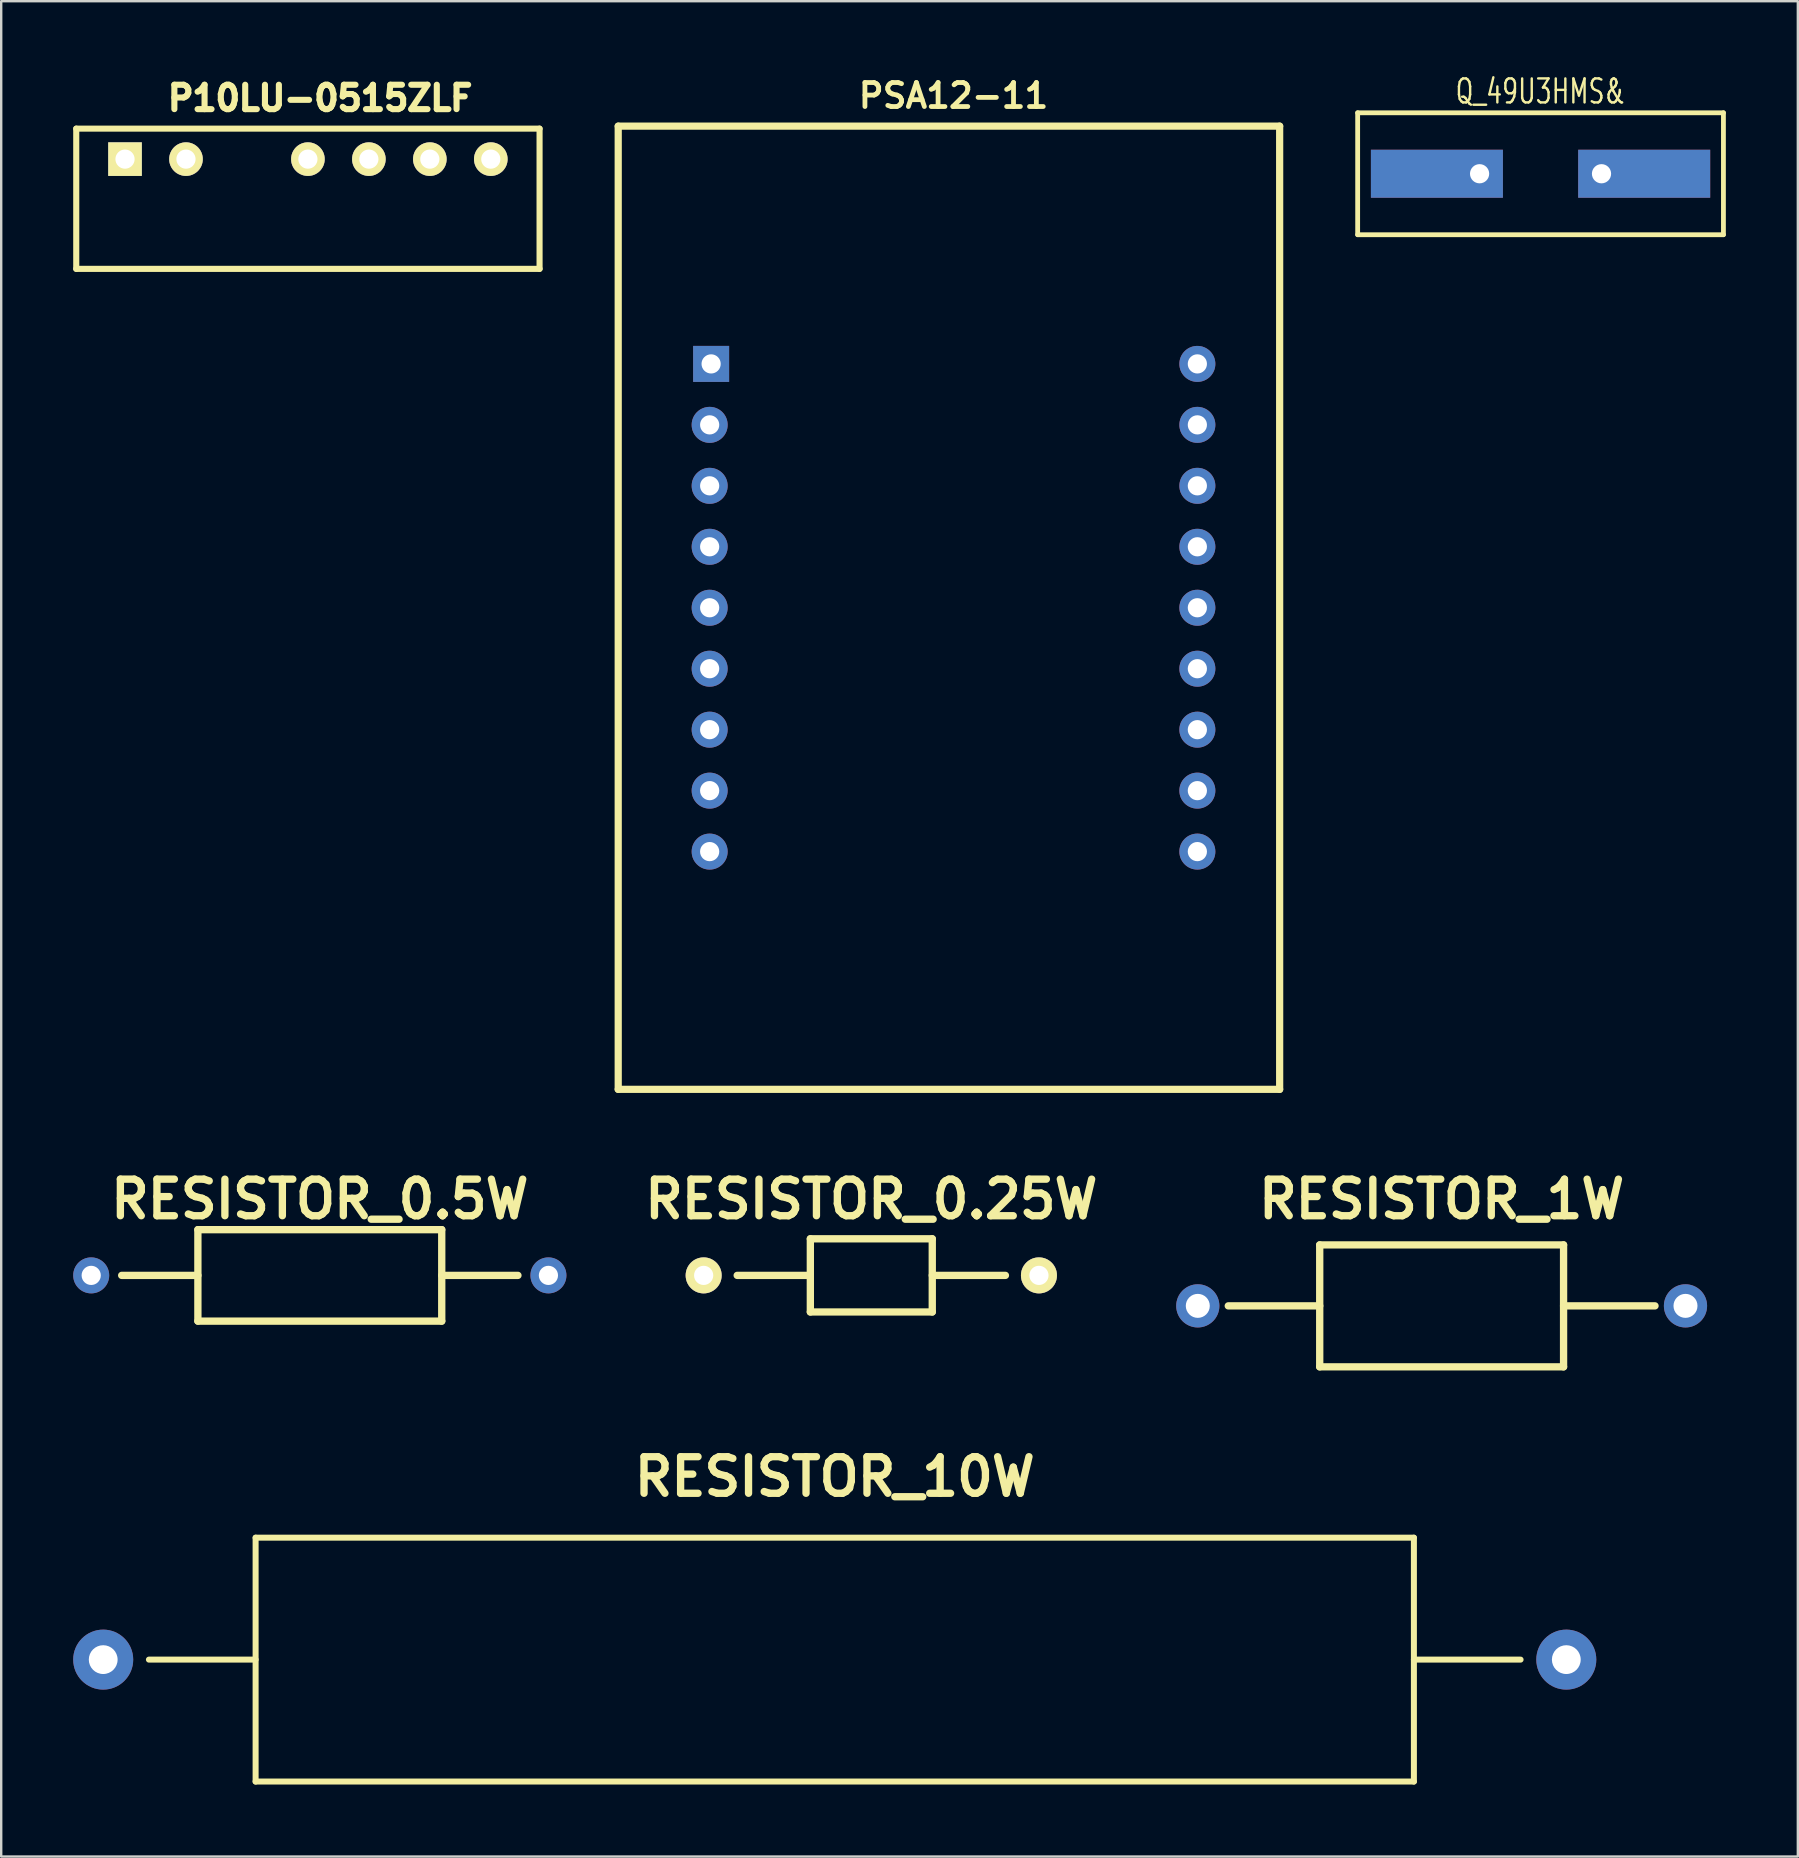
<source format=kicad_pcb>
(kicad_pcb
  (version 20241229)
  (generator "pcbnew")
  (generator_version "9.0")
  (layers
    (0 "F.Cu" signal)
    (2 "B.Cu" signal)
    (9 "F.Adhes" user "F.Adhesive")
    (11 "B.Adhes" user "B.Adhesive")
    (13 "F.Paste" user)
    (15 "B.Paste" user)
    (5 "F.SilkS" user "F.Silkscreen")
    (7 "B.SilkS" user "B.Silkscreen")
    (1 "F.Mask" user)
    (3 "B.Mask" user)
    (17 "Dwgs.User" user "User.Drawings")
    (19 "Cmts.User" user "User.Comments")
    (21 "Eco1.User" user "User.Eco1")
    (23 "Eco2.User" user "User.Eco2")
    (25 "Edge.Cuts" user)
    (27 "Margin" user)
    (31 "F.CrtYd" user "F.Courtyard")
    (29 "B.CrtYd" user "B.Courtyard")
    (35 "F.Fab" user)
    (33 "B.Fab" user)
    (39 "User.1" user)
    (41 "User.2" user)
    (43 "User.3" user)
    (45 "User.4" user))
  (footprint "RESISTOR_10W"
    (layer "F.Cu")
    (at 31.73 66.098)
    (property "Reference" "RESISTOR_10W" (at 0 -7.62 0) (layer "F.SilkS") (effects (font (size 1.524 1.524) (thickness 0.305))))
    (attr through_hole)
    (fp_line (start -24.13 -5.08) (end -24.13 5.08) (stroke (width 0.25) (type solid)) (layer "F.SilkS"))
    (fp_line (start -24.13 -5.08) (end 24.13 -5.08) (stroke (width 0.25) (type solid)) (layer "F.SilkS"))
    (fp_line (start -24.13 0) (end -28.575 0) (stroke (width 0.25) (type solid)) (layer "F.SilkS"))
    (fp_line (start -24.13 5.08) (end 24.13 5.08) (stroke (width 0.25) (type solid)) (layer "F.SilkS"))
    (fp_line (start 24.13 -5.08) (end 24.13 5.08) (stroke (width 0.25) (type solid)) (layer "F.SilkS"))
    (fp_line (start 24.13 0) (end 28.575 0) (stroke (width 0.25) (type solid)) (layer "F.SilkS"))
    (pad "1" thru_hole circle (at -30.48 0) (size 2.5 2.5) (drill 1.2) (layers "*.Cu" "*.Mask"))
    (pad "2" thru_hole circle (at 30.48 0) (size 2.5 2.5) (drill 1.2) (layers "*.Cu" "*.Mask")))
  (footprint "RESISTOR_0.5W"
    (layer "F.Cu")
    (at 10.275 50.089)
    (property "Reference" "RESISTOR_0.5W" (at 0 -3.175 0) (layer "F.SilkS") (effects (font (size 1.524 1.524) (thickness 0.305))))
    (attr through_hole)
    (fp_line (start -8.255 0) (end -5.08 0) (stroke (width 0.305) (type solid)) (layer "F.SilkS"))
    (fp_line (start -5.08 -1.905) (end 5.08 -1.905) (stroke (width 0.305) (type solid)) (layer "F.SilkS"))
    (fp_line (start -5.08 1.905) (end -5.08 -1.905) (stroke (width 0.305) (type solid)) (layer "F.SilkS"))
    (fp_line (start -5.08 1.905) (end 5.08 1.905) (stroke (width 0.305) (type solid)) (layer "F.SilkS"))
    (fp_line (start 5.08 0) (end 8.255 0) (stroke (width 0.305) (type solid)) (layer "F.SilkS"))
    (fp_line (start 5.08 1.905) (end 5.08 -1.905) (stroke (width 0.305) (type solid)) (layer "F.SilkS"))
    (pad "1" thru_hole circle (at -9.525 0) (size 1.5 1.5) (drill 0.8) (layers "*.Cu" "*.Mask"))
    (pad "2" thru_hole circle (at 9.525 0) (size 1.5 1.5) (drill 0.8) (layers "*.Cu" "*.Mask")))
  (footprint "P10LU-0515ZLF"
    (layer "F.Cu")
    (at 2.159 3.58)
    (property "Reference" "P10LU-0515ZLF" (at 8.128 -2.54 0) (layer "F.SilkS") (effects (font (size 1.016 1.016) (thickness 0.254))))
    (attr through_hole)
    (fp_line (start -2.032 -1.27) (end -2.032 4.572) (stroke (width 0.254) (type solid)) (layer "F.SilkS"))
    (fp_line (start -2.032 -1.27) (end 17.272 -1.27) (stroke (width 0.254) (type solid)) (layer "F.SilkS"))
    (fp_line (start -2.032 4.572) (end 17.272 4.572) (stroke (width 0.254) (type solid)) (layer "F.SilkS"))
    (fp_line (start 17.272 -1.27) (end 17.272 4.572) (stroke (width 0.254) (type solid)) (layer "F.SilkS"))
    (pad "1" thru_hole rect (at 0 0) (size 1.4 1.4) (drill oval 0.8) (layers "*.Cu" "*.Mask" "F.SilkS"))
    (pad "2" thru_hole circle (at 2.54 0) (size 1.4 1.4) (drill 0.8) (layers "*.Cu" "*.Mask" "F.SilkS"))
    (pad "4" thru_hole circle (at 7.62 0) (size 1.4 1.4) (drill 0.8) (layers "*.Cu" "*.Mask" "F.SilkS"))
    (pad "5" thru_hole circle (at 10.16 0) (size 1.4 1.4) (drill 0.8) (layers "*.Cu" "*.Mask" "F.SilkS"))
    (pad "6" thru_hole circle (at 12.7 0) (size 1.4 1.4) (drill 0.8) (layers "*.Cu" "*.Mask" "F.SilkS"))
    (pad "7" thru_hole circle (at 15.24 0) (size 1.4 1.4) (drill 0.8) (layers "*.Cu" "*.Mask" "F.SilkS")))
  (footprint "PSA12-11"
    (layer "F.Cu")
    (at 26.518 12.112)
    (property "Reference" "PSA12-11" (at 10.16 -11.176 0) (layer "F.SilkS") (effects (font (size 1 1) (thickness 0.2) (bold yes))))
    (attr through_hole)
    (fp_line (start -3.81 -9.906) (end -3.81 30.226) (stroke (width 0.3) (type solid)) (layer "F.SilkS"))
    (fp_line (start -3.81 -9.906) (end 23.749 -9.906) (stroke (width 0.3) (type solid)) (layer "F.SilkS"))
    (fp_line (start -3.81 30.226) (end 23.749 30.226) (stroke (width 0.3) (type solid)) (layer "F.SilkS"))
    (fp_line (start 23.749 -9.906) (end 23.749 30.226) (stroke (width 0.3) (type solid)) (layer "F.SilkS"))
    (pad "1" thru_hole rect (at 0.061 0) (size 1.5 1.5) (drill 0.8) (layers "*.Cu" "*.Mask"))
    (pad "2" thru_hole circle (at 0 2.54) (size 1.5 1.5) (drill 0.8) (layers "*.Cu" "*.Mask"))
    (pad "3" thru_hole circle (at 0 5.08) (size 1.5 1.5) (drill 0.8) (layers "*.Cu" "*.Mask"))
    (pad "4" thru_hole circle (at 0 7.62) (size 1.5 1.5) (drill 0.8) (layers "*.Cu" "*.Mask"))
    (pad "5" thru_hole circle (at 0 10.16) (size 1.5 1.5) (drill 0.8) (layers "*.Cu" "*.Mask"))
    (pad "6" thru_hole circle (at 0 12.7) (size 1.5 1.5) (drill 0.8) (layers "*.Cu" "*.Mask"))
    (pad "7" thru_hole circle (at 0 15.24) (size 1.5 1.5) (drill 0.8) (layers "*.Cu" "*.Mask"))
    (pad "8" thru_hole circle (at 0 17.78) (size 1.5 1.5) (drill 0.8) (layers "*.Cu" "*.Mask"))
    (pad "9" thru_hole circle (at 0 20.32) (size 1.5 1.5) (drill 0.8) (layers "*.Cu" "*.Mask"))
    (pad "10" thru_hole circle (at 20.32 20.32) (size 1.5 1.5) (drill 0.8) (layers "*.Cu" "*.Mask"))
    (pad "11" thru_hole circle (at 20.32 17.78) (size 1.5 1.5) (drill 0.8) (layers "*.Cu" "*.Mask"))
    (pad "12" thru_hole circle (at 20.32 15.24) (size 1.5 1.5) (drill 0.8) (layers "*.Cu" "*.Mask"))
    (pad "13" thru_hole circle (at 20.32 12.7) (size 1.5 1.5) (drill 0.8) (layers "*.Cu" "*.Mask"))
    (pad "14" thru_hole circle (at 20.32 10.16) (size 1.5 1.5) (drill 0.8) (layers "*.Cu" "*.Mask"))
    (pad "15" thru_hole circle (at 20.32 7.62) (size 1.5 1.5) (drill 0.8) (layers "*.Cu" "*.Mask"))
    (pad "16" thru_hole circle (at 20.32 5.08) (size 1.5 1.5) (drill 0.8) (layers "*.Cu" "*.Mask"))
    (pad "17" thru_hole circle (at 20.32 2.54) (size 1.5 1.5) (drill 0.8) (layers "*.Cu" "*.Mask"))
    (pad "18" thru_hole circle (at 20.32 0) (size 1.5 1.5) (drill 0.8) (layers "*.Cu" "*.Mask")))
  (footprint "RESISTOR_1W"
    (layer "F.Cu")
    (at 57.016 51.359)
    (property "Reference" "RESISTOR_1W" (at 0 -4.445 0) (layer "F.SilkS") (effects (font (size 1.524 1.524) (thickness 0.305))))
    (attr through_hole)
    (fp_line (start -5.08 -2.54) (end 5.08 -2.54) (stroke (width 0.305) (type solid)) (layer "F.SilkS"))
    (fp_line (start -5.08 0) (end -8.89 0) (stroke (width 0.305) (type solid)) (layer "F.SilkS"))
    (fp_line (start -5.08 2.54) (end -5.08 -2.54) (stroke (width 0.305) (type solid)) (layer "F.SilkS"))
    (fp_line (start -5.08 2.54) (end 5.08 2.54) (stroke (width 0.305) (type solid)) (layer "F.SilkS"))
    (fp_line (start 5.08 0) (end 8.89 0) (stroke (width 0.305) (type solid)) (layer "F.SilkS"))
    (fp_line (start 5.08 2.54) (end 5.08 -2.54) (stroke (width 0.305) (type solid)) (layer "F.SilkS"))
    (pad "1" thru_hole circle (at -10.16 0) (size 1.8 1.8) (drill 1) (layers "*.Cu" "*.Mask"))
    (pad "2" thru_hole circle (at 10.16 0) (size 1.8 1.8) (drill 1) (layers "*.Cu" "*.Mask")))
  (footprint "Q_49U3HMS&"
    (layer "F.Cu")
    (at 61.137 4.189)
    (property "Reference" "Q_49U3HMS&" (at 0 -3.429 0) (layer "F.SilkS") (effects (font (size 1 0.7) (thickness 0.1))))
    (attr through_hole)
    (fp_line (start -7.62 -2.54) (end 7.62 -2.54) (stroke (width 0.2) (type solid)) (layer "F.SilkS"))
    (fp_line (start -7.62 2.54) (end -7.62 -2.54) (stroke (width 0.2) (type solid)) (layer "F.SilkS"))
    (fp_line (start 7.62 -2.54) (end 7.62 2.54) (stroke (width 0.2) (type solid)) (layer "F.SilkS"))
    (fp_line (start 7.62 2.54) (end -7.62 2.54) (stroke (width 0.2) (type solid)) (layer "F.SilkS"))
    (pad "1" thru_hole trapezoid (at -2.54 0) (size 5.5 2) (drill 0.8 (offset -1.778 0)) (layers "*.Cu" "*.Mask"))
    (pad "2" thru_hole trapezoid (at 2.54 0) (size 5.5 2) (drill 0.8 (offset 1.778 0)) (layers "*.Cu" "*.Mask")))
  (footprint "RESISTOR_0.25W"
    (layer "F.Cu")
    (at 33.253 50.089)
    (property "Reference" "RESISTOR_0.25W" (at 0 -3.175 0) (layer "F.SilkS") (effects (font (size 1.524 1.524) (thickness 0.305))))
    (attr through_hole)
    (fp_line (start -5.588 0) (end -2.54 0) (stroke (width 0.305) (type solid)) (layer "F.SilkS"))
    (fp_line (start -2.54 -1.524) (end 2.54 -1.524) (stroke (width 0.305) (type solid)) (layer "F.SilkS"))
    (fp_line (start -2.54 1.524) (end -2.54 -1.524) (stroke (width 0.305) (type solid)) (layer "F.SilkS"))
    (fp_line (start -2.54 1.524) (end 2.54 1.524) (stroke (width 0.305) (type solid)) (layer "F.SilkS"))
    (fp_line (start 2.54 0) (end 5.588 0) (stroke (width 0.305) (type solid)) (layer "F.SilkS"))
    (fp_line (start 2.54 1.524) (end 2.54 -1.524) (stroke (width 0.305) (type solid)) (layer "F.SilkS"))
    (pad "1" thru_hole circle (at -6.985 0) (size 1.5 1.5) (drill 0.8) (layers "*.Cu" "*.Mask" "F.SilkS"))
    (pad "2" thru_hole circle (at 6.985 0) (size 1.5 1.5) (drill 0.8) (layers "*.Cu" "*.Mask" "F.SilkS")))
  (gr_rect
    (start -3 -3)
    (end 71.857 74.303)
    (stroke (width 0.1) (type default))
    (fill no)
    (layer "Edge.Cuts")))
</source>
